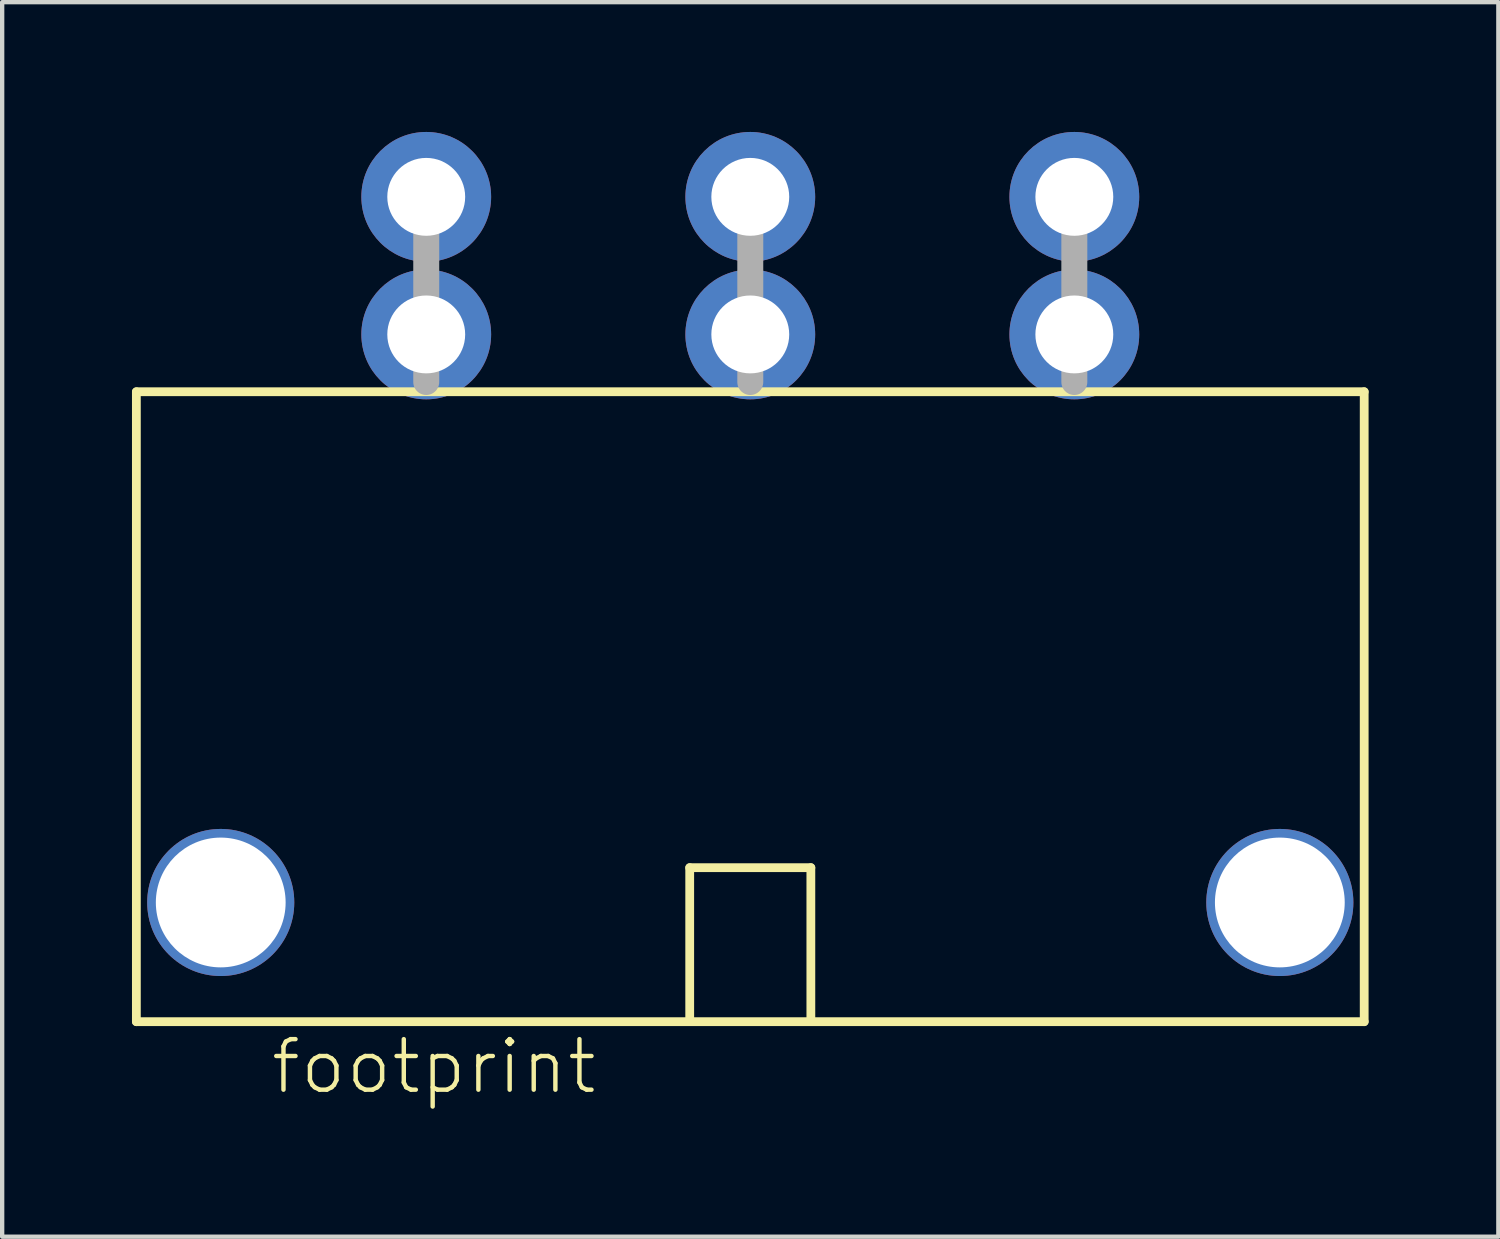
<source format=kicad_pcb>
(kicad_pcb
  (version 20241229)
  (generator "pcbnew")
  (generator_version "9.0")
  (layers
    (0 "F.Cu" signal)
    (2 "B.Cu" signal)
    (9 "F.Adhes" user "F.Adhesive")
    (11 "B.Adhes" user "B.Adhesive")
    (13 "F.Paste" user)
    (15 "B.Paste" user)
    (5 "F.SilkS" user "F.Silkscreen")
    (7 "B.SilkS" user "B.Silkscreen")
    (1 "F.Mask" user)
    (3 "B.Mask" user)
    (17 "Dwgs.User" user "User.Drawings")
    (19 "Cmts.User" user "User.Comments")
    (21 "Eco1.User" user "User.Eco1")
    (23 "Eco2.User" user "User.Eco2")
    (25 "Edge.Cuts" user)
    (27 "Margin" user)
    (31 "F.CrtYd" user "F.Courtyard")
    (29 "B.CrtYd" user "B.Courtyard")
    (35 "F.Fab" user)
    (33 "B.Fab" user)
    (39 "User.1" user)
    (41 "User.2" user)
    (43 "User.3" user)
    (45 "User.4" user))
  (footprint "footprint"
    (layer "F.Cu")
    (at 14.292 4.68)
    (property "Reference" "footprint" (at -11.135 17.605 0) (layer "F.SilkS") (effects (font (size 1.168 1.168) (thickness 0.102)) (justify left bottom)))
    (fp_line (start -14.19 1.325) (end 14.19 1.325) (stroke (width 0.203) (type solid)) (layer "F.SilkS"))
    (fp_line (start -14.19 15.885) (end -14.19 1.325) (stroke (width 0.203) (type solid)) (layer "F.SilkS"))
    (fp_line (start -14.19 15.885) (end 14.19 15.885) (stroke (width 0.203) (type solid)) (layer "F.SilkS"))
    (fp_line (start -1.4 12.325) (end 1.4 12.325) (stroke (width 0.203) (type solid)) (layer "F.SilkS"))
    (fp_line (start -1.4 15.8) (end -1.4 12.325) (stroke (width 0.203) (type solid)) (layer "F.SilkS"))
    (fp_line (start 1.4 12.325) (end 1.4 15.85) (stroke (width 0.203) (type solid)) (layer "F.SilkS"))
    (fp_line (start 14.19 1.325) (end 14.19 15.885) (stroke (width 0.203) (type solid)) (layer "F.SilkS"))
    (fp_line (start -7.49 -3.745) (end -7.49 1.1) (stroke (width 0.6) (type solid)) (layer "F.Fab"))
    (fp_line (start 0 -3.745) (end 0 1.1) (stroke (width 0.6) (type solid)) (layer "F.Fab"))
    (fp_line (start 7.49 -3.745) (end 7.49 1.1) (stroke (width 0.6) (type solid)) (layer "F.Fab"))
    (pad "1@1" thru_hole circle (at -7.49 0) (size 3 3) (drill 1.8) (layers "*.Cu" "*.Mask"))
    (pad "1@2" thru_hole circle (at -7.49 -3.18) (size 3 3) (drill 1.8) (layers "*.Cu" "*.Mask"))
    (pad "2@1" thru_hole circle (at 0 0) (size 3 3) (drill 1.8) (layers "*.Cu" "*.Mask"))
    (pad "2@2" thru_hole circle (at 0 -3.18) (size 3 3) (drill 1.8) (layers "*.Cu" "*.Mask"))
    (pad "3@1" thru_hole circle (at 7.49 0) (size 3 3) (drill 1.8) (layers "*.Cu" "*.Mask"))
    (pad "3@2" thru_hole circle (at 7.49 -3.18) (size 3 3) (drill 1.8) (layers "*.Cu" "*.Mask"))
    (pad "M1" thru_hole circle (at -12.24 13.13) (size 3.4 3.4) (drill 3) (layers "*.Cu" "*.Mask"))
    (pad "M2" thru_hole circle (at 12.24 13.13) (size 3.4 3.4) (drill 3) (layers "*.Cu" "*.Mask")))
  (gr_rect
    (start -3 -3)
    (end 31.583 25.535)
    (stroke (width 0.1) (type default))
    (fill no)
    (layer "Edge.Cuts")))
</source>
